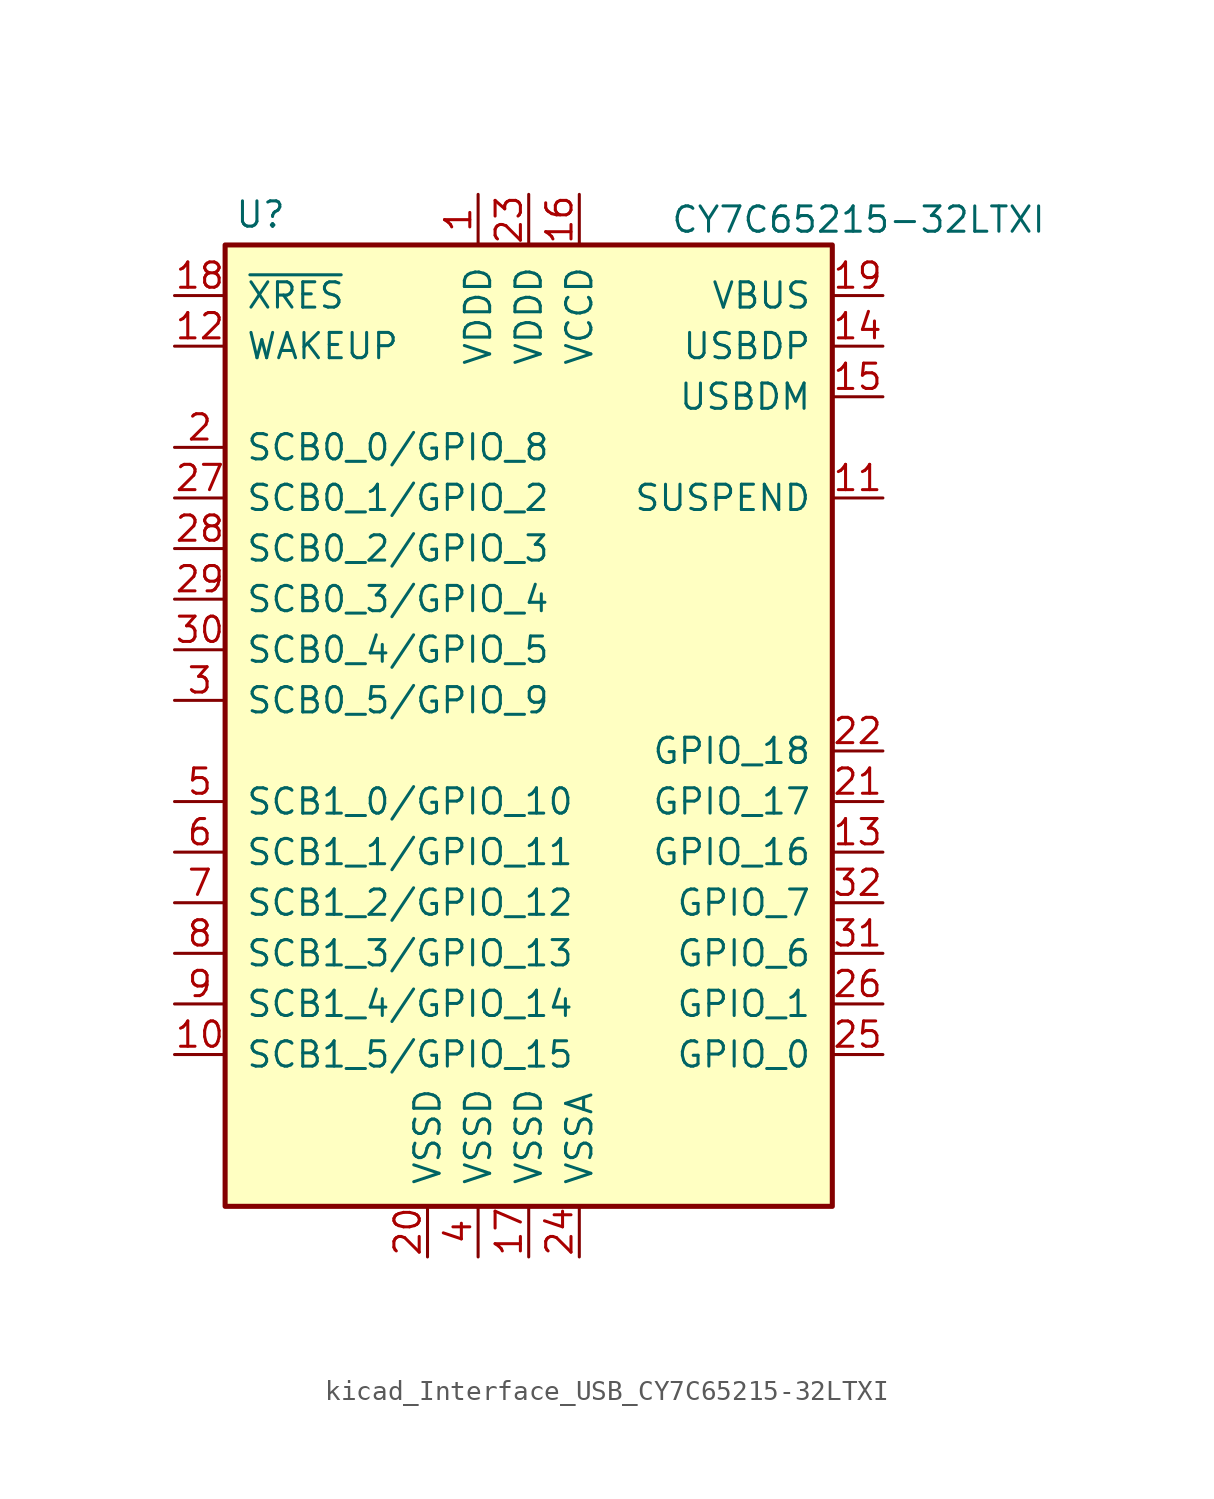
<source format=kicad_sym>
(kicad_symbol_lib
  (version 20220914)
  (generator kicad_symbol_editor)
  (symbol "kicad_Interface_USB_CY7C65215-32LTXI"
    (pin_names
      (offset 1.016))
    (property "Reference" "U"
      (at -13.462 21.844 0)
      (effects (font (size 1.27 1.27))))
    (property "Value" "CY7C65215-32LTXI"
      (at 7.112 21.59 0)
      (effects (font (size 1.27 1.27)) (justify left)))
    (symbol "kicad_Interface_USB_CY7C65215-32LTXI_0_1"
      (rectangle (start -15.24 20.32) (end 15.24 -27.94) (stroke (width 0.254) (type default)) (fill (type background))))
    (symbol "kicad_Interface_USB_CY7C65215-32LTXI_1_1"
      (pin power_in line (at -2.54 22.86 270) (length 2.54) (name "VDDD" (effects (font (size 1.27 1.27)))) (number "1" (effects (font (size 1.27 1.27)))))
      (pin bidirectional line (at -17.78 -20.32 0) (length 2.54) (name "SCB1_5/GPIO_15" (effects (font (size 1.27 1.27)))) (number "10" (effects (font (size 1.27 1.27)))))
      (pin output line (at 17.78 7.62 180) (length 2.54) (name "SUSPEND" (effects (font (size 1.27 1.27)))) (number "11" (effects (font (size 1.27 1.27)))))
      (pin input line (at -17.78 15.24 0) (length 2.54) (name "WAKEUP" (effects (font (size 1.27 1.27)))) (number "12" (effects (font (size 1.27 1.27)))))
      (pin tri_state line (at 17.78 -10.16 180) (length 2.54) (name "GPIO_16" (effects (font (size 1.27 1.27)))) (number "13" (effects (font (size 1.27 1.27)))))
      (pin bidirectional line (at 17.78 15.24 180) (length 2.54) (name "USBDP" (effects (font (size 1.27 1.27)))) (number "14" (effects (font (size 1.27 1.27)))))
      (pin bidirectional line (at 17.78 12.7 180) (length 2.54) (name "USBDM" (effects (font (size 1.27 1.27)))) (number "15" (effects (font (size 1.27 1.27)))))
      (pin power_in line (at 2.54 22.86 270) (length 2.54) (name "VCCD" (effects (font (size 1.27 1.27)))) (number "16" (effects (font (size 1.27 1.27)))))
      (pin power_in line (at 0 -30.48 90) (length 2.54) (name "VSSD" (effects (font (size 1.27 1.27)))) (number "17" (effects (font (size 1.27 1.27)))))
      (pin input line (at -17.78 17.78 0) (length 2.54) (name "~{XRES}" (effects (font (size 1.27 1.27)))) (number "18" (effects (font (size 1.27 1.27)))))
      (pin power_out line (at 17.78 17.78 180) (length 2.54) (name "VBUS" (effects (font (size 1.27 1.27)))) (number "19" (effects (font (size 1.27 1.27)))))
      (pin bidirectional line (at -17.78 10.16 0) (length 2.54) (name "SCB0_0/GPIO_8" (effects (font (size 1.27 1.27)))) (number "2" (effects (font (size 1.27 1.27)))))
      (pin power_in line (at -5.08 -30.48 90) (length 2.54) (name "VSSD" (effects (font (size 1.27 1.27)))) (number "20" (effects (font (size 1.27 1.27)))))
      (pin tri_state line (at 17.78 -7.62 180) (length 2.54) (name "GPIO_17" (effects (font (size 1.27 1.27)))) (number "21" (effects (font (size 1.27 1.27)))))
      (pin tri_state line (at 17.78 -5.08 180) (length 2.54) (name "GPIO_18" (effects (font (size 1.27 1.27)))) (number "22" (effects (font (size 1.27 1.27)))))
      (pin power_in line (at 0 22.86 270) (length 2.54) (name "VDDD" (effects (font (size 1.27 1.27)))) (number "23" (effects (font (size 1.27 1.27)))))
      (pin power_in line (at 2.54 -30.48 90) (length 2.54) (name "VSSA" (effects (font (size 1.27 1.27)))) (number "24" (effects (font (size 1.27 1.27)))))
      (pin bidirectional line (at 17.78 -20.32 180) (length 2.54) (name "GPIO_0" (effects (font (size 1.27 1.27)))) (number "25" (effects (font (size 1.27 1.27)))))
      (pin bidirectional line (at 17.78 -17.78 180) (length 2.54) (name "GPIO_1" (effects (font (size 1.27 1.27)))) (number "26" (effects (font (size 1.27 1.27)))))
      (pin bidirectional line (at -17.78 7.62 0) (length 2.54) (name "SCB0_1/GPIO_2" (effects (font (size 1.27 1.27)))) (number "27" (effects (font (size 1.27 1.27)))))
      (pin bidirectional line (at -17.78 5.08 0) (length 2.54) (name "SCB0_2/GPIO_3" (effects (font (size 1.27 1.27)))) (number "28" (effects (font (size 1.27 1.27)))))
      (pin bidirectional line (at -17.78 2.54 0) (length 2.54) (name "SCB0_3/GPIO_4" (effects (font (size 1.27 1.27)))) (number "29" (effects (font (size 1.27 1.27)))))
      (pin bidirectional line (at -17.78 -2.54 0) (length 2.54) (name "SCB0_5/GPIO_9" (effects (font (size 1.27 1.27)))) (number "3" (effects (font (size 1.27 1.27)))))
      (pin bidirectional line (at -17.78 0 0) (length 2.54) (name "SCB0_4/GPIO_5" (effects (font (size 1.27 1.27)))) (number "30" (effects (font (size 1.27 1.27)))))
      (pin bidirectional line (at 17.78 -15.24 180) (length 2.54) (name "GPIO_6" (effects (font (size 1.27 1.27)))) (number "31" (effects (font (size 1.27 1.27)))))
      (pin bidirectional line (at 17.78 -12.7 180) (length 2.54) (name "GPIO_7" (effects (font (size 1.27 1.27)))) (number "32" (effects (font (size 1.27 1.27)))))
      (pin no_connect line (at -15.24 -25.4 0) (length 2.54) hide (name "1EP" (effects (font (size 1.27 1.27)))) (number "33" (effects (font (size 1.27 1.27)))))
      (pin power_in line (at -2.54 -30.48 90) (length 2.54) (name "VSSD" (effects (font (size 1.27 1.27)))) (number "4" (effects (font (size 1.27 1.27)))))
      (pin bidirectional line (at -17.78 -7.62 0) (length 2.54) (name "SCB1_0/GPIO_10" (effects (font (size 1.27 1.27)))) (number "5" (effects (font (size 1.27 1.27)))))
      (pin bidirectional line (at -17.78 -10.16 0) (length 2.54) (name "SCB1_1/GPIO_11" (effects (font (size 1.27 1.27)))) (number "6" (effects (font (size 1.27 1.27)))))
      (pin bidirectional line (at -17.78 -12.7 0) (length 2.54) (name "SCB1_2/GPIO_12" (effects (font (size 1.27 1.27)))) (number "7" (effects (font (size 1.27 1.27)))))
      (pin bidirectional line (at -17.78 -15.24 0) (length 2.54) (name "SCB1_3/GPIO_13" (effects (font (size 1.27 1.27)))) (number "8" (effects (font (size 1.27 1.27)))))
      (pin bidirectional line (at -17.78 -17.78 0) (length 2.54) (name "SCB1_4/GPIO_14" (effects (font (size 1.27 1.27)))) (number "9" (effects (font (size 1.27 1.27))))))))
</source>
